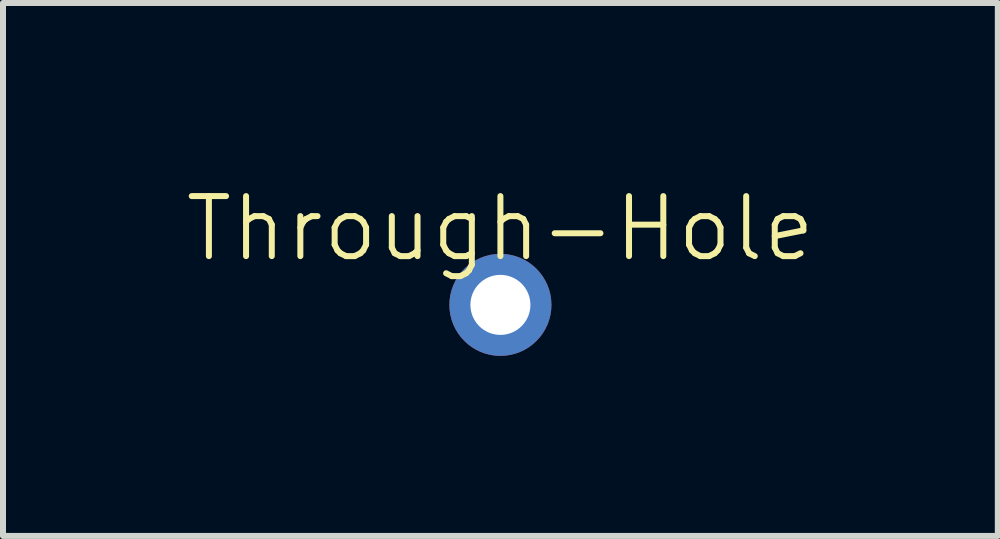
<source format=kicad_pcb>
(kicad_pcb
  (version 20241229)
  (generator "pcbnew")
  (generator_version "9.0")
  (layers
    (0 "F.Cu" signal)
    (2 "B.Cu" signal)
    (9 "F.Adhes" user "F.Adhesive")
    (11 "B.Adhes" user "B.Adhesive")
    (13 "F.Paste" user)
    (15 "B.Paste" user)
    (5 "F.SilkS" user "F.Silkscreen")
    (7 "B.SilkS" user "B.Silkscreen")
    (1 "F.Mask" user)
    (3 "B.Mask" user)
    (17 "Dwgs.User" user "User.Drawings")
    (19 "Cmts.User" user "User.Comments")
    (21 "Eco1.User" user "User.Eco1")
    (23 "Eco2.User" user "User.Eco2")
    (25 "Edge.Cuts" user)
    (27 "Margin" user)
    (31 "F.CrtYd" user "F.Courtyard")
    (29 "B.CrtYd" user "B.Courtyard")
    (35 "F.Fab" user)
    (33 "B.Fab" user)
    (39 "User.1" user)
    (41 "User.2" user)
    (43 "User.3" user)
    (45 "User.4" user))
  (footprint "Through-Hole"
    (layer "F.Cu")
    (at 5.288 2.03)
    (property "Reference" "Through-Hole" (at 0 -1.27 0) (unlocked yes) (layer "F.SilkS") (effects (font (size 1 1) (thickness 0.1))))
    (attr smd)
    (pad "1" thru_hole circle (at 0 0) (size 1.7 1.7) (drill oval 1) (layers "*.Cu" "*.Mask")))
  (gr_rect
    (start -3 -3)
    (end 13.576 5.88)
    (stroke (width 0.1) (type default))
    (fill no)
    (layer "Edge.Cuts")))
</source>
